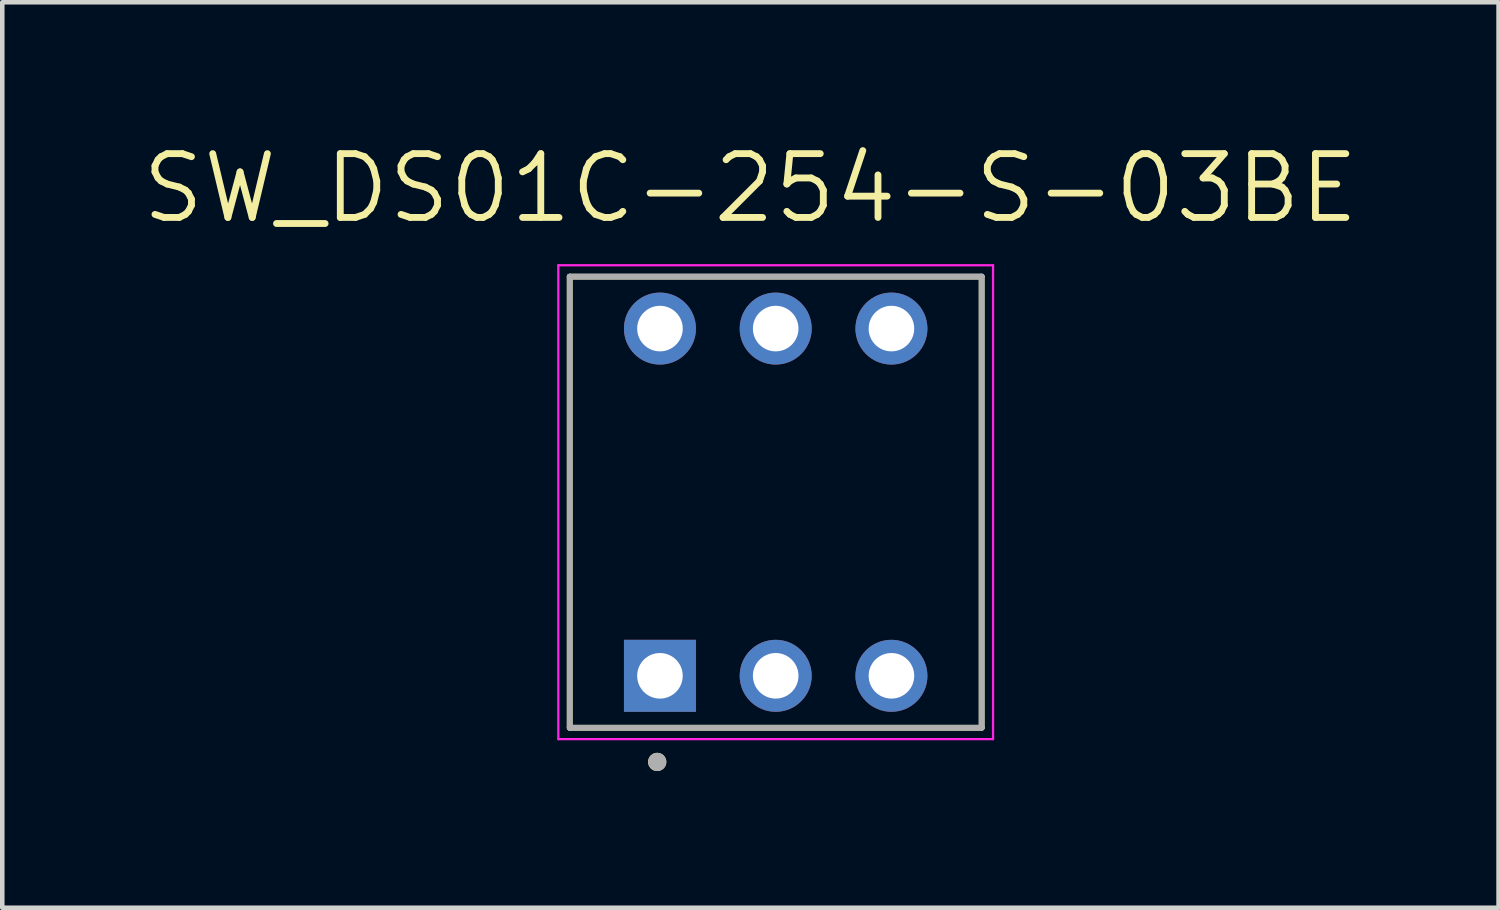
<source format=kicad_pcb>
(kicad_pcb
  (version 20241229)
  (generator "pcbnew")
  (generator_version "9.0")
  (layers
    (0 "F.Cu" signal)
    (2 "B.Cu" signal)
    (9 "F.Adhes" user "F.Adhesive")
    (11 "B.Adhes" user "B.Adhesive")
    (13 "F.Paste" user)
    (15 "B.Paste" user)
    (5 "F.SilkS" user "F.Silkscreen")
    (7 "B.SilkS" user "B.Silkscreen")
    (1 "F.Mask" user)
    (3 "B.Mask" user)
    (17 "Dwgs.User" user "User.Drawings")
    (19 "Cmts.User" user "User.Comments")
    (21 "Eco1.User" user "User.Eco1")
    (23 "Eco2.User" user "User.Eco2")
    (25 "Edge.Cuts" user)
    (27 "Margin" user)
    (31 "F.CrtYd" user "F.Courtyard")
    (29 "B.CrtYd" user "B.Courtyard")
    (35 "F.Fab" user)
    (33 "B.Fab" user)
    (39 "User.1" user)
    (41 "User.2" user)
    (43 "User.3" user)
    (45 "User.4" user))
  (footprint "SW_DS01C-254-S-03BE"
    (layer "F.Cu")
    (at 13.973 7.971)
    (property "Reference" "SW_DS01C-254-S-03BE" (at -0.555 -6.889 0) (layer "F.SilkS") (effects (font (size 1.4 1.4) (thickness 0.15))))
    (attr through_hole)
    (fp_line (start -4.52 -4.95) (end 4.52 -4.95) (stroke (width 0.127) (type solid)) (layer "F.SilkS"))
    (fp_line (start -4.52 4.95) (end -4.52 -4.95) (stroke (width 0.127) (type solid)) (layer "F.SilkS"))
    (fp_line (start 4.52 -4.95) (end 4.52 4.95) (stroke (width 0.127) (type solid)) (layer "F.SilkS"))
    (fp_line (start 4.52 4.95) (end -4.52 4.95) (stroke (width 0.127) (type solid)) (layer "F.SilkS"))
    (fp_circle (center -2.6 5.7) (end -2.5 5.7) (stroke (width 0.2) (type solid)) (fill no) (layer "F.SilkS"))
    (fp_line (start -4.77 -5.2) (end -4.77 5.2) (stroke (width 0.05) (type solid)) (layer "F.CrtYd"))
    (fp_line (start -4.77 5.2) (end 4.77 5.2) (stroke (width 0.05) (type solid)) (layer "F.CrtYd"))
    (fp_line (start 4.77 -5.2) (end -4.77 -5.2) (stroke (width 0.05) (type solid)) (layer "F.CrtYd"))
    (fp_line (start 4.77 5.2) (end 4.77 -5.2) (stroke (width 0.05) (type solid)) (layer "F.CrtYd"))
    (fp_line (start -4.52 -4.95) (end 4.52 -4.95) (stroke (width 0.127) (type solid)) (layer "F.Fab"))
    (fp_line (start -4.52 4.95) (end -4.52 -4.95) (stroke (width 0.127) (type solid)) (layer "F.Fab"))
    (fp_line (start 4.52 -4.95) (end 4.52 4.95) (stroke (width 0.127) (type solid)) (layer "F.Fab"))
    (fp_line (start 4.52 4.95) (end -4.52 4.95) (stroke (width 0.127) (type solid)) (layer "F.Fab"))
    (fp_circle (center -2.6 5.7) (end -2.5 5.7) (stroke (width 0.2) (type solid)) (fill no) (layer "F.Fab"))
    (pad "1A" thru_hole rect (at -2.54 3.81) (size 1.58 1.58) (drill 1) (layers "*.Cu" "*.Mask"))
    (pad "1B" thru_hole circle (at -2.54 -3.81) (size 1.58 1.58) (drill 1) (layers "*.Cu" "*.Mask"))
    (pad "2A" thru_hole circle (at 0 3.81) (size 1.58 1.58) (drill 1) (layers "*.Cu" "*.Mask"))
    (pad "2B" thru_hole circle (at 0 -3.81) (size 1.58 1.58) (drill 1) (layers "*.Cu" "*.Mask"))
    (pad "3A" thru_hole circle (at 2.54 3.81) (size 1.58 1.58) (drill 1) (layers "*.Cu" "*.Mask"))
    (pad "3B" thru_hole circle (at 2.54 -3.81) (size 1.58 1.58) (drill 1) (layers "*.Cu" "*.Mask")))
  (gr_rect
    (start -3 -3)
    (end 29.837 16.871)
    (stroke (width 0.1) (type default))
    (fill no)
    (layer "Edge.Cuts")))
</source>
